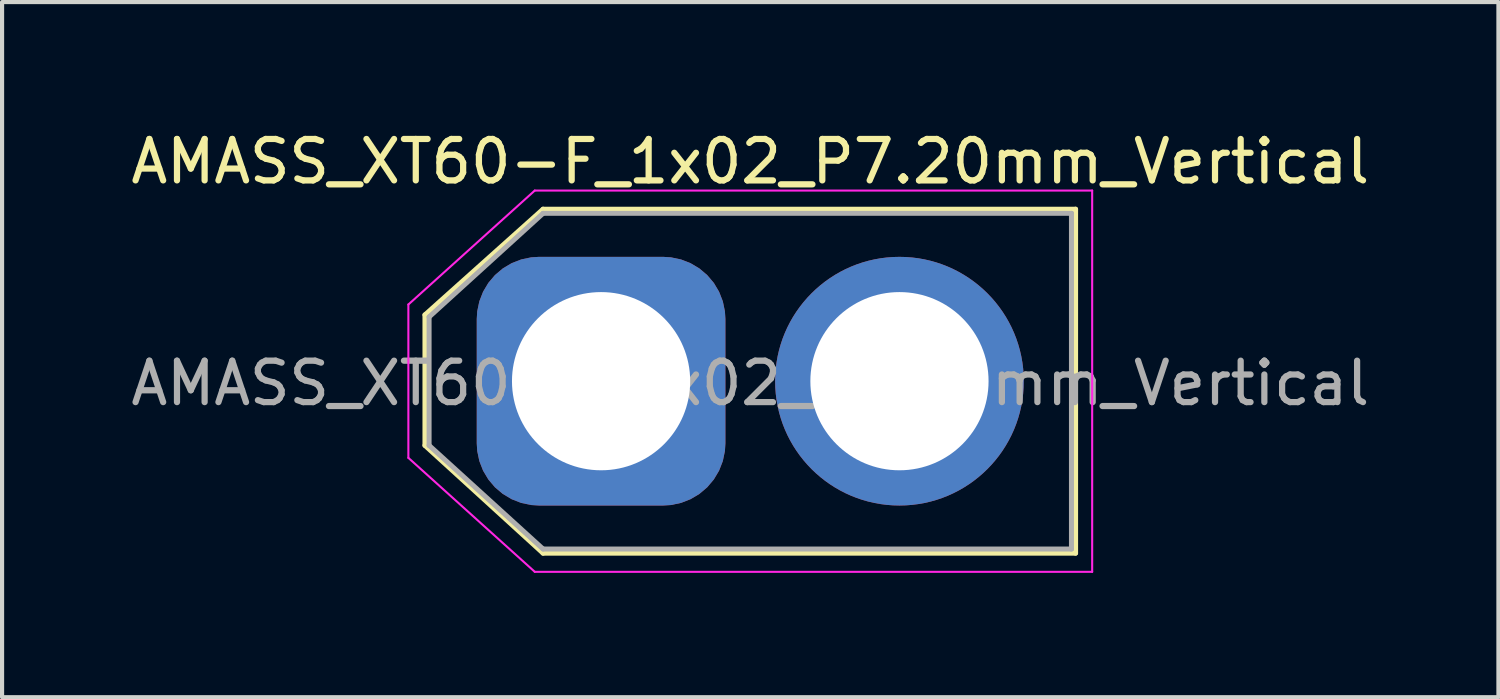
<source format=kicad_pcb>
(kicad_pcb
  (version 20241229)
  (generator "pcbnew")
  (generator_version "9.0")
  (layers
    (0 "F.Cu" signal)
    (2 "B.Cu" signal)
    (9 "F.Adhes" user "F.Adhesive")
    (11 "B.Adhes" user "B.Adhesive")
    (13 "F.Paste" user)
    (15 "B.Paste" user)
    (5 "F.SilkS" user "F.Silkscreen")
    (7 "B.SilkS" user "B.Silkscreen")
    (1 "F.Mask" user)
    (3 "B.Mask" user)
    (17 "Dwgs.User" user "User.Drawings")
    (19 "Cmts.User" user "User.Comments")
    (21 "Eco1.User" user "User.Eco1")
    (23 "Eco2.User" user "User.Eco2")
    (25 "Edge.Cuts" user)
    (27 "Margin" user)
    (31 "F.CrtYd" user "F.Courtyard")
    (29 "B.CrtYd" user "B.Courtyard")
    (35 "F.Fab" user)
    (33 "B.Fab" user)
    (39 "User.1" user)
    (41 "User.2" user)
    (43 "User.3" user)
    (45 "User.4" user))
  (footprint "AMASS_XT60-F_1x02_P7.20mm_Vertical"
    (layer "F.Cu")
    (at 11.454 6.148)
    (property "Reference" "AMASS_XT60-F_1x02_P7.20mm_Vertical" (at 3.6 -5.3 180) (layer "F.SilkS") (effects (font (size 1 1) (thickness 0.15))))
    (attr through_hole)
    (fp_line (start -4.25 -1.6) (end -4.25 1.55) (stroke (width 0.12) (type solid)) (layer "F.SilkS"))
    (fp_line (start -4.25 1.55) (end -1.4 4.15) (stroke (width 0.12) (type solid)) (layer "F.SilkS"))
    (fp_line (start -1.4 -4.15) (end -4.25 -1.6) (stroke (width 0.12) (type solid)) (layer "F.SilkS"))
    (fp_line (start -1.4 4.15) (end 11.45 4.15) (stroke (width 0.12) (type solid)) (layer "F.SilkS"))
    (fp_line (start 11.45 -4.15) (end -1.4 -4.15) (stroke (width 0.12) (type solid)) (layer "F.SilkS"))
    (fp_line (start 11.45 4.15) (end 11.45 -4.15) (stroke (width 0.12) (type solid)) (layer "F.SilkS"))
    (fp_line (start -4.65 -1.85) (end -1.6 -4.6) (stroke (width 0.05) (type solid)) (layer "F.CrtYd"))
    (fp_line (start -4.65 1.85) (end -4.65 -1.85) (stroke (width 0.05) (type solid)) (layer "F.CrtYd"))
    (fp_line (start -1.6 -4.6) (end 11.85 -4.6) (stroke (width 0.05) (type solid)) (layer "F.CrtYd"))
    (fp_line (start -1.6 4.6) (end -4.65 1.85) (stroke (width 0.05) (type solid)) (layer "F.CrtYd"))
    (fp_line (start 11.85 -4.6) (end 11.85 4.6) (stroke (width 0.05) (type solid)) (layer "F.CrtYd"))
    (fp_line (start 11.85 4.6) (end -1.6 4.6) (stroke (width 0.05) (type solid)) (layer "F.CrtYd"))
    (fp_line (start -4.15 -1.55) (end -4.15 1.55) (stroke (width 0.12) (type solid)) (layer "F.Fab"))
    (fp_line (start -4.15 1.55) (end -1.4 4.05) (stroke (width 0.12) (type solid)) (layer "F.Fab"))
    (fp_line (start -1.4 -4.05) (end -4.15 -1.55) (stroke (width 0.12) (type solid)) (layer "F.Fab"))
    (fp_line (start -1.4 4.05) (end 11.35 4.05) (stroke (width 0.12) (type solid)) (layer "F.Fab"))
    (fp_line (start 11.35 -4.05) (end -1.4 -4.05) (stroke (width 0.12) (type solid)) (layer "F.Fab"))
    (fp_line (start 11.35 4.05) (end 11.35 -4.05) (stroke (width 0.12) (type solid)) (layer "F.Fab"))
    (fp_text user "${REFERENCE}" (at 3.6 0.05 180) (layer "F.Fab") (effects (font (size 1 1) (thickness 0.15))))
    (pad "1" thru_hole roundrect (at 0 0) (size 6 6) (drill 4.3) (layers "*.Cu" "*.Mask") (roundrect_rratio 0.25))
    (pad "2" thru_hole circle (at 7.2 0) (size 6 6) (drill 4.3) (layers "*.Cu" "*.Mask")))
  (gr_rect
    (start -3 -3)
    (end 33.107 13.773)
    (stroke (width 0.1) (type default))
    (fill no)
    (layer "Edge.Cuts")))
</source>
